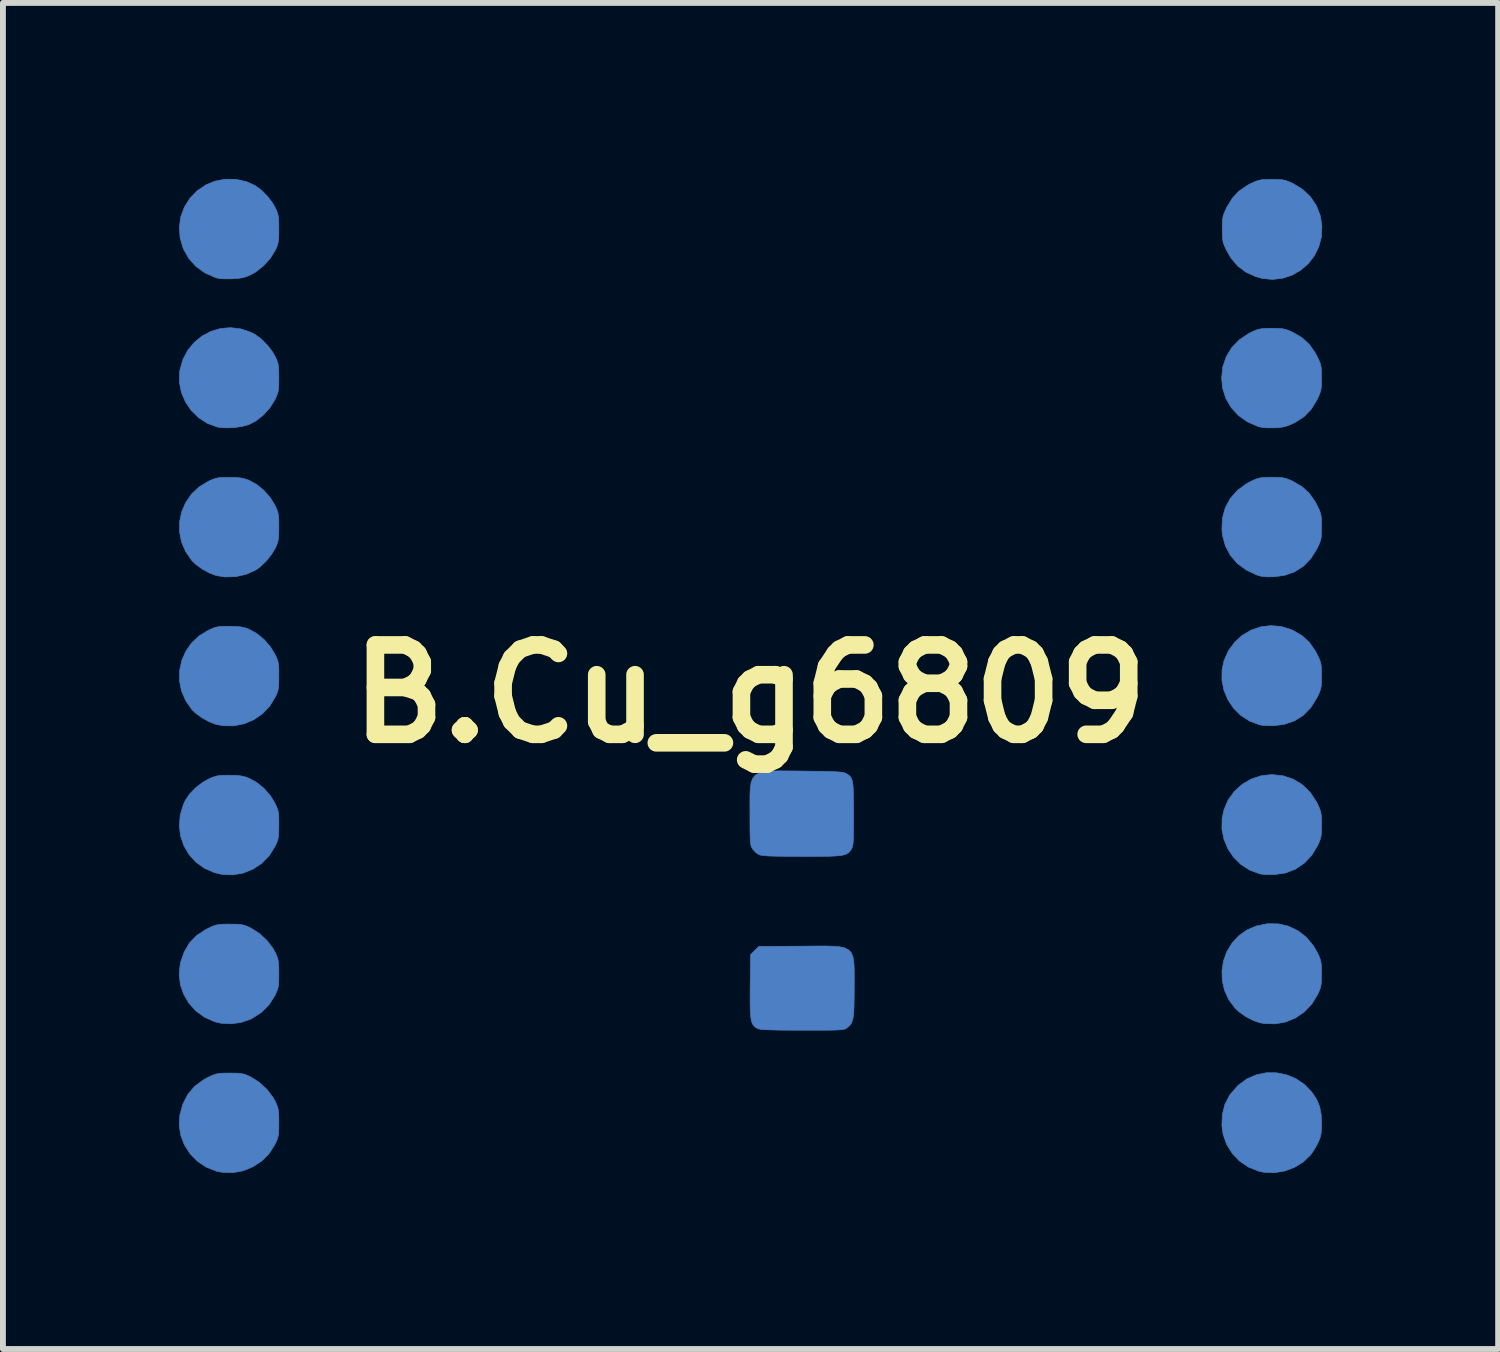
<source format=kicad_pcb>
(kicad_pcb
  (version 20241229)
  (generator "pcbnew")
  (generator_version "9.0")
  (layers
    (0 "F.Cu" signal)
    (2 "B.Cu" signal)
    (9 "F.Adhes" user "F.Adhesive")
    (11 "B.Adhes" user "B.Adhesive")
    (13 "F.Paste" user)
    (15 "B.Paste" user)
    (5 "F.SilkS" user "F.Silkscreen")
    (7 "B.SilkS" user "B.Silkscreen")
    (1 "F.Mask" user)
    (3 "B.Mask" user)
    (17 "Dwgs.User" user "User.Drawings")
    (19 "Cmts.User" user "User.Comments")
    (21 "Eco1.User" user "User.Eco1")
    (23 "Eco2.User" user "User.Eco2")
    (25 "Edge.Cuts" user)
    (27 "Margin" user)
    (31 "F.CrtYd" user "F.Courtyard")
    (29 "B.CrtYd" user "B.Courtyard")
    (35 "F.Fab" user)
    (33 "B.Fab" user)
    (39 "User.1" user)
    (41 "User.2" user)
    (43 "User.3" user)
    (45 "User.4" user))
  (footprint "B.Cu_g6809"
    (layer "F.Cu")
    (at 9.738 8.782)
    (property "Reference" "B.Cu_g6809" (at 0 0 0) (layer "F.SilkS") (effects (font (size 1.524 1.524) (thickness 0.3))))
    (attr through_hole)
    (fp_poly (pts (xy 8.979 6.461) (xy 9.15 6.495) (xy 9.311 6.562) (xy 9.458 6.662) (xy 9.585 6.795) (xy 9.589 6.801) (xy 9.665 6.917) (xy 9.714 7.036) (xy 9.74 7.171) (xy 9.747 7.324) (xy 9.745 7.426) (xy 9.738 7.501) (xy 9.724 7.563) (xy 9.699 7.627) (xy 9.688 7.65) (xy 9.644 7.735) (xy 9.591 7.819) (xy 9.557 7.865) (xy 9.433 7.983) (xy 9.284 8.075) (xy 9.118 8.136) (xy 8.943 8.165) (xy 8.769 8.159) (xy 8.678 8.14) (xy 8.504 8.071) (xy 8.351 7.969) (xy 8.226 7.839) (xy 8.13 7.685) (xy 8.069 7.514) (xy 8.048 7.366) (xy 8.055 7.172) (xy 8.1 6.996) (xy 8.184 6.836) (xy 8.309 6.691) (xy 8.331 6.67) (xy 8.476 6.564) (xy 8.636 6.495) (xy 8.806 6.46) (xy 8.979 6.461)) (stroke (width 0.01) (type solid)) (fill yes) (layer "B.Cu"))
    (fp_poly (pts (xy 9.007 3.921) (xy 9.182 3.961) (xy 9.344 4.038) (xy 9.487 4.149) (xy 9.608 4.293) (xy 9.681 4.421) (xy 9.712 4.491) (xy 9.732 4.549) (xy 9.742 4.61) (xy 9.747 4.688) (xy 9.747 4.773) (xy 9.746 4.875) (xy 9.741 4.948) (xy 9.729 5.008) (xy 9.707 5.067) (xy 9.68 5.127) (xy 9.581 5.289) (xy 9.454 5.422) (xy 9.305 5.525) (xy 9.138 5.594) (xy 8.96 5.627) (xy 8.774 5.622) (xy 8.691 5.607) (xy 8.578 5.567) (xy 8.457 5.504) (xy 8.346 5.427) (xy 8.274 5.361) (xy 8.165 5.215) (xy 8.092 5.055) (xy 8.054 4.888) (xy 8.049 4.718) (xy 8.075 4.552) (xy 8.133 4.394) (xy 8.22 4.25) (xy 8.334 4.126) (xy 8.476 4.025) (xy 8.633 3.958) (xy 8.822 3.919) (xy 9.007 3.921)) (stroke (width 0.01) (type solid)) (fill yes) (layer "B.Cu"))
    (fp_poly (pts (xy 9.089 1.396) (xy 9.264 1.454) (xy 9.419 1.548) (xy 9.552 1.677) (xy 9.659 1.838) (xy 9.681 1.881) (xy 9.712 1.951) (xy 9.732 2.009) (xy 9.742 2.07) (xy 9.747 2.148) (xy 9.747 2.233) (xy 9.746 2.335) (xy 9.741 2.408) (xy 9.729 2.468) (xy 9.707 2.527) (xy 9.68 2.587) (xy 9.58 2.752) (xy 9.453 2.886) (xy 9.303 2.988) (xy 9.133 3.054) (xy 8.947 3.081) (xy 8.853 3.082) (xy 8.765 3.078) (xy 8.699 3.07) (xy 8.691 3.068) (xy 8.521 3.005) (xy 8.371 2.908) (xy 8.246 2.785) (xy 8.149 2.639) (xy 8.082 2.477) (xy 8.048 2.303) (xy 8.051 2.124) (xy 8.083 1.976) (xy 8.155 1.807) (xy 8.261 1.661) (xy 8.395 1.541) (xy 8.55 1.451) (xy 8.723 1.394) (xy 8.899 1.376) (xy 9.089 1.396)) (stroke (width 0.01) (type solid)) (fill yes) (layer "B.Cu"))
    (fp_poly (pts (xy -8.762 -8.774) (xy -8.584 -8.734) (xy -8.435 -8.667) (xy -8.328 -8.588) (xy -8.224 -8.482) (xy -8.135 -8.363) (xy -8.089 -8.281) (xy -8.064 -8.222) (xy -8.047 -8.168) (xy -8.038 -8.107) (xy -8.034 -8.028) (xy -8.033 -7.927) (xy -8.034 -7.819) (xy -8.038 -7.742) (xy -8.048 -7.682) (xy -8.065 -7.628) (xy -8.09 -7.572) (xy -8.177 -7.43) (xy -8.293 -7.3) (xy -8.428 -7.194) (xy -8.507 -7.15) (xy -8.585 -7.116) (xy -8.656 -7.095) (xy -8.736 -7.083) (xy -8.836 -7.077) (xy -8.966 -7.077) (xy -9.068 -7.087) (xy -9.112 -7.098) (xy -9.294 -7.179) (xy -9.448 -7.29) (xy -9.571 -7.428) (xy -9.662 -7.59) (xy -9.717 -7.775) (xy -9.717 -7.778) (xy -9.73 -7.96) (xy -9.705 -8.137) (xy -9.643 -8.303) (xy -9.549 -8.452) (xy -9.425 -8.58) (xy -9.275 -8.681) (xy -9.127 -8.742) (xy -8.946 -8.777) (xy -8.762 -8.774)) (stroke (width 0.01) (type solid)) (fill yes) (layer "B.Cu"))
    (fp_poly (pts (xy -8.685 -6.225) (xy -8.513 -6.167) (xy -8.432 -6.125) (xy -8.329 -6.048) (xy -8.227 -5.945) (xy -8.139 -5.829) (xy -8.089 -5.741) (xy -8.064 -5.682) (xy -8.047 -5.628) (xy -8.038 -5.567) (xy -8.034 -5.488) (xy -8.033 -5.386) (xy -8.034 -5.281) (xy -8.037 -5.206) (xy -8.047 -5.149) (xy -8.064 -5.096) (xy -8.09 -5.036) (xy -8.102 -5.013) (xy -8.186 -4.878) (xy -8.296 -4.756) (xy -8.422 -4.656) (xy -8.545 -4.592) (xy -8.65 -4.563) (xy -8.776 -4.543) (xy -8.906 -4.536) (xy -9.024 -4.541) (xy -9.086 -4.551) (xy -9.254 -4.614) (xy -9.402 -4.71) (xy -9.528 -4.834) (xy -9.626 -4.979) (xy -9.695 -5.141) (xy -9.729 -5.313) (xy -9.725 -5.49) (xy -9.721 -5.517) (xy -9.671 -5.698) (xy -9.588 -5.857) (xy -9.477 -5.992) (xy -9.344 -6.101) (xy -9.194 -6.181) (xy -9.031 -6.23) (xy -8.859 -6.245) (xy -8.685 -6.225)) (stroke (width 0.01) (type solid)) (fill yes) (layer "B.Cu"))
    (fp_poly (pts (xy 9.056 -1.15) (xy 9.231 -1.096) (xy 9.255 -1.085) (xy 9.413 -0.993) (xy 9.539 -0.878) (xy 9.641 -0.733) (xy 9.668 -0.681) (xy 9.705 -0.605) (xy 9.728 -0.545) (xy 9.74 -0.489) (xy 9.746 -0.42) (xy 9.747 -0.325) (xy 9.747 -0.307) (xy 9.746 -0.207) (xy 9.742 -0.135) (xy 9.73 -0.077) (xy 9.709 -0.019) (xy 9.675 0.053) (xy 9.668 0.067) (xy 9.566 0.231) (xy 9.438 0.363) (xy 9.287 0.459) (xy 9.114 0.519) (xy 8.947 0.541) (xy 8.853 0.542) (xy 8.765 0.538) (xy 8.699 0.53) (xy 8.691 0.528) (xy 8.521 0.465) (xy 8.372 0.369) (xy 8.247 0.245) (xy 8.149 0.1) (xy 8.082 -0.062) (xy 8.048 -0.235) (xy 8.05 -0.413) (xy 8.084 -0.568) (xy 8.159 -0.737) (xy 8.265 -0.881) (xy 8.395 -0.999) (xy 8.544 -1.087) (xy 8.708 -1.143) (xy 8.88 -1.164) (xy 9.056 -1.15)) (stroke (width 0.01) (type solid)) (fill yes) (layer "B.Cu"))
    (fp_poly (pts (xy -8.766 -1.15) (xy -8.68 -1.142) (xy -8.607 -1.125) (xy -8.545 -1.103) (xy -8.413 -1.032) (xy -8.287 -0.929) (xy -8.178 -0.805) (xy -8.102 -0.681) (xy -8.071 -0.616) (xy -8.051 -0.563) (xy -8.04 -0.508) (xy -8.034 -0.44) (xy -8.033 -0.346) (xy -8.033 -0.307) (xy -8.034 -0.199) (xy -8.038 -0.121) (xy -8.048 -0.062) (xy -8.065 -0.008) (xy -8.089 0.045) (xy -8.185 0.204) (xy -8.311 0.337) (xy -8.459 0.44) (xy -8.625 0.51) (xy -8.802 0.545) (xy -8.984 0.543) (xy -9.108 0.519) (xy -9.227 0.473) (xy -9.349 0.405) (xy -9.458 0.324) (xy -9.518 0.265) (xy -9.624 0.111) (xy -9.694 -0.054) (xy -9.727 -0.226) (xy -9.725 -0.399) (xy -9.689 -0.568) (xy -9.62 -0.727) (xy -9.52 -0.87) (xy -9.389 -0.992) (xy -9.234 -1.086) (xy -9.163 -1.118) (xy -9.105 -1.137) (xy -9.045 -1.148) (xy -8.969 -1.152) (xy -8.879 -1.153) (xy -8.766 -1.15)) (stroke (width 0.01) (type solid)) (fill yes) (layer "B.Cu"))
    (fp_poly (pts (xy 9.002 -8.772) (xy 9.076 -8.767) (xy 9.135 -8.755) (xy 9.195 -8.733) (xy 9.254 -8.707) (xy 9.42 -8.606) (xy 9.556 -8.479) (xy 9.658 -8.328) (xy 9.725 -8.157) (xy 9.753 -7.979) (xy 9.745 -7.794) (xy 9.7 -7.623) (xy 9.623 -7.468) (xy 9.519 -7.334) (xy 9.391 -7.224) (xy 9.244 -7.14) (xy 9.083 -7.087) (xy 8.911 -7.067) (xy 8.734 -7.085) (xy 8.627 -7.114) (xy 8.457 -7.191) (xy 8.316 -7.297) (xy 8.2 -7.435) (xy 8.12 -7.577) (xy 8.089 -7.645) (xy 8.069 -7.703) (xy 8.059 -7.764) (xy 8.055 -7.843) (xy 8.054 -7.928) (xy 8.055 -8.028) (xy 8.06 -8.099) (xy 8.071 -8.157) (xy 8.093 -8.216) (xy 8.127 -8.289) (xy 8.134 -8.302) (xy 8.225 -8.452) (xy 8.337 -8.572) (xy 8.48 -8.671) (xy 8.551 -8.708) (xy 8.62 -8.739) (xy 8.677 -8.758) (xy 8.738 -8.769) (xy 8.816 -8.773) (xy 8.901 -8.774) (xy 9.002 -8.772)) (stroke (width 0.01) (type solid)) (fill yes) (layer "B.Cu"))
    (fp_poly (pts (xy -8.766 -3.69) (xy -8.681 -3.682) (xy -8.609 -3.666) (xy -8.545 -3.644) (xy -8.413 -3.572) (xy -8.287 -3.469) (xy -8.178 -3.344) (xy -8.102 -3.221) (xy -8.071 -3.156) (xy -8.051 -3.103) (xy -8.04 -3.048) (xy -8.034 -2.98) (xy -8.033 -2.886) (xy -8.033 -2.847) (xy -8.034 -2.74) (xy -8.038 -2.662) (xy -8.048 -2.602) (xy -8.065 -2.549) (xy -8.089 -2.493) (xy -8.158 -2.377) (xy -8.25 -2.263) (xy -8.353 -2.165) (xy -8.432 -2.109) (xy -8.593 -2.038) (xy -8.771 -1.999) (xy -8.953 -1.994) (xy -9.105 -2.019) (xy -9.219 -2.062) (xy -9.338 -2.128) (xy -9.447 -2.206) (xy -9.518 -2.275) (xy -9.624 -2.429) (xy -9.694 -2.594) (xy -9.727 -2.766) (xy -9.725 -2.939) (xy -9.689 -3.108) (xy -9.62 -3.266) (xy -9.52 -3.41) (xy -9.389 -3.532) (xy -9.234 -3.626) (xy -9.163 -3.658) (xy -9.105 -3.677) (xy -9.045 -3.688) (xy -8.968 -3.692) (xy -8.879 -3.693) (xy -8.766 -3.69)) (stroke (width 0.01) (type solid)) (fill yes) (layer "B.Cu"))
    (fp_poly (pts (xy -8.766 1.39) (xy -8.68 1.398) (xy -8.607 1.415) (xy -8.545 1.437) (xy -8.413 1.508) (xy -8.287 1.611) (xy -8.178 1.735) (xy -8.102 1.859) (xy -8.071 1.924) (xy -8.051 1.977) (xy -8.04 2.032) (xy -8.034 2.1) (xy -8.033 2.193) (xy -8.033 2.233) (xy -8.034 2.338) (xy -8.037 2.413) (xy -8.047 2.471) (xy -8.063 2.524) (xy -8.09 2.583) (xy -8.102 2.608) (xy -8.201 2.764) (xy -8.328 2.892) (xy -8.478 2.99) (xy -8.643 3.056) (xy -8.819 3.086) (xy -9 3.079) (xy -9.131 3.048) (xy -9.303 2.973) (xy -9.448 2.868) (xy -9.566 2.738) (xy -9.653 2.588) (xy -9.709 2.423) (xy -9.73 2.248) (xy -9.715 2.069) (xy -9.662 1.889) (xy -9.629 1.817) (xy -9.556 1.708) (xy -9.453 1.602) (xy -9.332 1.509) (xy -9.234 1.454) (xy -9.163 1.422) (xy -9.105 1.403) (xy -9.045 1.392) (xy -8.969 1.388) (xy -8.879 1.387) (xy -8.766 1.39)) (stroke (width 0.01) (type solid)) (fill yes) (layer "B.Cu"))
    (fp_poly (pts (xy -8.766 6.467) (xy -8.692 6.472) (xy -8.635 6.482) (xy -8.581 6.5) (xy -8.517 6.53) (xy -8.507 6.535) (xy -8.365 6.625) (xy -8.236 6.744) (xy -8.131 6.882) (xy -8.09 6.958) (xy -8.064 7.018) (xy -8.047 7.072) (xy -8.038 7.132) (xy -8.034 7.211) (xy -8.033 7.313) (xy -8.034 7.418) (xy -8.037 7.494) (xy -8.047 7.551) (xy -8.064 7.604) (xy -8.091 7.664) (xy -8.101 7.685) (xy -8.198 7.838) (xy -8.324 7.965) (xy -8.473 8.063) (xy -8.637 8.131) (xy -8.812 8.164) (xy -8.99 8.16) (xy -9.101 8.138) (xy -9.272 8.07) (xy -9.421 7.97) (xy -9.545 7.844) (xy -9.641 7.696) (xy -9.704 7.533) (xy -9.732 7.36) (xy -9.722 7.186) (xy -9.67 6.994) (xy -9.586 6.83) (xy -9.469 6.692) (xy -9.318 6.581) (xy -9.255 6.546) (xy -9.18 6.51) (xy -9.122 6.487) (xy -9.067 6.474) (xy -9.001 6.468) (xy -8.911 6.466) (xy -8.869 6.466) (xy -8.766 6.467)) (stroke (width 0.01) (type solid)) (fill yes) (layer "B.Cu"))
    (fp_poly (pts (xy 9.002 -3.692) (xy 9.076 -3.687) (xy 9.135 -3.675) (xy 9.195 -3.653) (xy 9.254 -3.627) (xy 9.412 -3.535) (xy 9.537 -3.421) (xy 9.638 -3.278) (xy 9.668 -3.221) (xy 9.705 -3.145) (xy 9.728 -3.085) (xy 9.74 -3.029) (xy 9.746 -2.96) (xy 9.747 -2.865) (xy 9.747 -2.847) (xy 9.746 -2.747) (xy 9.742 -2.675) (xy 9.73 -2.617) (xy 9.709 -2.559) (xy 9.675 -2.487) (xy 9.668 -2.473) (xy 9.565 -2.308) (xy 9.438 -2.177) (xy 9.286 -2.081) (xy 9.112 -2.02) (xy 8.936 -1.997) (xy 8.823 -1.995) (xy 8.737 -2.002) (xy 8.662 -2.021) (xy 8.646 -2.026) (xy 8.463 -2.112) (xy 8.311 -2.224) (xy 8.192 -2.362) (xy 8.107 -2.522) (xy 8.058 -2.702) (xy 8.048 -2.804) (xy 8.057 -2.997) (xy 8.105 -3.174) (xy 8.19 -3.332) (xy 8.311 -3.469) (xy 8.465 -3.583) (xy 8.55 -3.628) (xy 8.619 -3.659) (xy 8.677 -3.678) (xy 8.739 -3.689) (xy 8.817 -3.693) (xy 8.901 -3.694) (xy 9.002 -3.692)) (stroke (width 0.01) (type solid)) (fill yes) (layer "B.Cu"))
    (fp_poly (pts (xy -8.766 3.927) (xy -8.692 3.932) (xy -8.635 3.942) (xy -8.581 3.96) (xy -8.517 3.99) (xy -8.507 3.995) (xy -8.365 4.085) (xy -8.236 4.204) (xy -8.131 4.342) (xy -8.09 4.418) (xy -8.064 4.478) (xy -8.047 4.532) (xy -8.038 4.592) (xy -8.034 4.671) (xy -8.033 4.773) (xy -8.034 4.878) (xy -8.037 4.954) (xy -8.047 5.011) (xy -8.064 5.064) (xy -8.091 5.124) (xy -8.101 5.145) (xy -8.199 5.299) (xy -8.331 5.431) (xy -8.49 5.534) (xy -8.521 5.549) (xy -8.681 5.604) (xy -8.854 5.626) (xy -9.025 5.615) (xy -9.131 5.59) (xy -9.301 5.513) (xy -9.447 5.407) (xy -9.566 5.275) (xy -9.655 5.125) (xy -9.712 4.96) (xy -9.733 4.786) (xy -9.715 4.608) (xy -9.708 4.577) (xy -9.645 4.396) (xy -9.557 4.246) (xy -9.439 4.123) (xy -9.288 4.023) (xy -9.255 4.006) (xy -9.18 3.97) (xy -9.122 3.947) (xy -9.066 3.934) (xy -9.001 3.928) (xy -8.911 3.926) (xy -8.869 3.926) (xy -8.766 3.927)) (stroke (width 0.01) (type solid)) (fill yes) (layer "B.Cu"))
    (fp_poly (pts (xy 9.002 -6.232) (xy 9.076 -6.227) (xy 9.135 -6.215) (xy 9.195 -6.193) (xy 9.254 -6.167) (xy 9.412 -6.075) (xy 9.537 -5.961) (xy 9.638 -5.818) (xy 9.668 -5.761) (xy 9.705 -5.685) (xy 9.728 -5.625) (xy 9.74 -5.569) (xy 9.746 -5.5) (xy 9.747 -5.405) (xy 9.747 -5.387) (xy 9.746 -5.287) (xy 9.742 -5.215) (xy 9.73 -5.157) (xy 9.709 -5.099) (xy 9.675 -5.027) (xy 9.668 -5.013) (xy 9.574 -4.858) (xy 9.457 -4.734) (xy 9.31 -4.636) (xy 9.254 -4.608) (xy 9.169 -4.572) (xy 9.093 -4.551) (xy 9.007 -4.54) (xy 8.933 -4.536) (xy 8.818 -4.537) (xy 8.721 -4.546) (xy 8.668 -4.558) (xy 8.485 -4.638) (xy 8.33 -4.747) (xy 8.206 -4.882) (xy 8.115 -5.038) (xy 8.06 -5.212) (xy 8.043 -5.387) (xy 8.063 -5.576) (xy 8.122 -5.75) (xy 8.216 -5.905) (xy 8.345 -6.038) (xy 8.506 -6.146) (xy 8.55 -6.168) (xy 8.619 -6.199) (xy 8.677 -6.218) (xy 8.739 -6.229) (xy 8.817 -6.233) (xy 8.901 -6.234) (xy 9.002 -6.232)) (stroke (width 0.01) (type solid)) (fill yes) (layer "B.Cu"))
    (fp_poly (pts (xy 1.413 4.302) (xy 1.53 4.312) (xy 1.618 4.332) (xy 1.683 4.366) (xy 1.728 4.414) (xy 1.756 4.482) (xy 1.771 4.571) (xy 1.778 4.684) (xy 1.779 4.825) (xy 1.778 4.995) (xy 1.778 5.016) (xy 1.777 5.191) (xy 1.775 5.328) (xy 1.77 5.435) (xy 1.761 5.515) (xy 1.747 5.574) (xy 1.728 5.619) (xy 1.702 5.654) (xy 1.669 5.684) (xy 1.661 5.69) (xy 1.644 5.703) (xy 1.626 5.713) (xy 1.6 5.72) (xy 1.564 5.726) (xy 1.512 5.73) (xy 1.44 5.733) (xy 1.343 5.735) (xy 1.217 5.735) (xy 1.057 5.735) (xy 0.891 5.735) (xy 0.69 5.735) (xy 0.527 5.734) (xy 0.398 5.731) (xy 0.299 5.728) (xy 0.226 5.724) (xy 0.175 5.718) (xy 0.141 5.711) (xy 0.124 5.704) (xy 0.088 5.682) (xy 0.06 5.654) (xy 0.038 5.617) (xy 0.022 5.565) (xy 0.012 5.493) (xy 0.005 5.397) (xy 0.003 5.272) (xy 0.003 5.113) (xy 0.004 4.985) (xy 0.011 4.446) (xy 0.08 4.377) (xy 0.149 4.307) (xy 0.863 4.302) (xy 1.084 4.3) (xy 1.266 4.299) (xy 1.413 4.302)) (stroke (width 0.01) (type solid)) (fill yes) (layer "B.Cu"))
    (fp_poly (pts (xy 0.681 1.314) (xy 0.899 1.316) (xy 0.92 1.317) (xy 1.109 1.319) (xy 1.26 1.321) (xy 1.378 1.324) (xy 1.468 1.328) (xy 1.534 1.333) (xy 1.582 1.339) (xy 1.615 1.347) (xy 1.639 1.357) (xy 1.641 1.358) (xy 1.677 1.38) (xy 1.706 1.404) (xy 1.728 1.436) (xy 1.744 1.48) (xy 1.755 1.541) (xy 1.762 1.625) (xy 1.765 1.737) (xy 1.767 1.881) (xy 1.767 2.051) (xy 1.767 2.218) (xy 1.766 2.348) (xy 1.765 2.446) (xy 1.761 2.518) (xy 1.756 2.569) (xy 1.749 2.605) (xy 1.739 2.631) (xy 1.727 2.653) (xy 1.726 2.654) (xy 1.703 2.685) (xy 1.678 2.711) (xy 1.645 2.73) (xy 1.601 2.746) (xy 1.542 2.757) (xy 1.462 2.764) (xy 1.356 2.769) (xy 1.222 2.771) (xy 1.053 2.772) (xy 0.884 2.772) (xy 0.688 2.771) (xy 0.529 2.77) (xy 0.404 2.767) (xy 0.309 2.764) (xy 0.239 2.758) (xy 0.19 2.752) (xy 0.158 2.743) (xy 0.154 2.741) (xy 0.096 2.702) (xy 0.046 2.647) (xy 0.043 2.642) (xy 0.03 2.618) (xy 0.019 2.59) (xy 0.012 2.554) (xy 0.007 2.503) (xy 0.003 2.433) (xy 0.001 2.337) (xy 0.000318 2.209) (xy 0.00008 2.046) (xy 0.000079 2.04) (xy -0.00046 1.864) (xy 0.000436 1.718) (xy 0.006 1.601) (xy 0.021 1.508) (xy 0.049 1.437) (xy 0.092 1.386) (xy 0.155 1.35) (xy 0.242 1.328) (xy 0.357 1.317) (xy 0.502 1.313) (xy 0.681 1.314)) (stroke (width 0.01) (type solid)) (fill yes) (layer "B.Cu")))
  (gr_rect
    (start -3 -3)
    (end 22.496 19.953)
    (stroke (width 0.1) (type default))
    (fill no)
    (layer "Edge.Cuts")))
</source>
